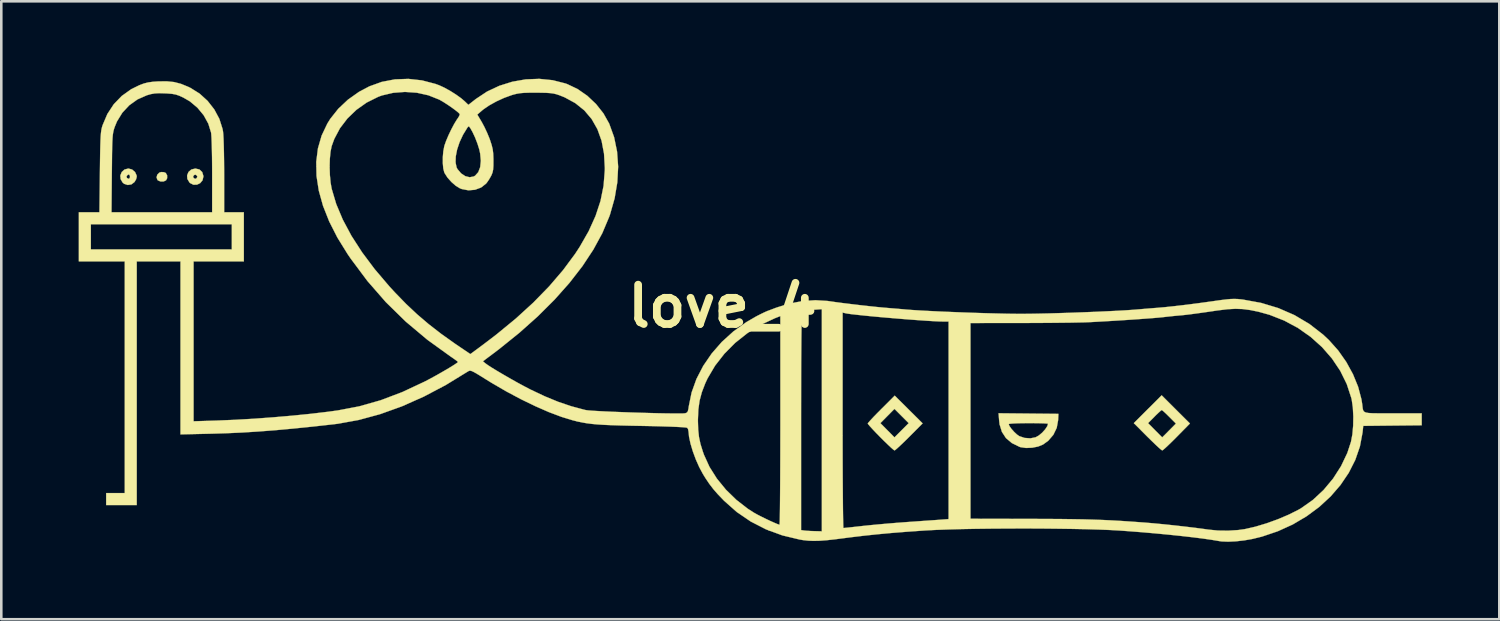
<source format=kicad_pcb>
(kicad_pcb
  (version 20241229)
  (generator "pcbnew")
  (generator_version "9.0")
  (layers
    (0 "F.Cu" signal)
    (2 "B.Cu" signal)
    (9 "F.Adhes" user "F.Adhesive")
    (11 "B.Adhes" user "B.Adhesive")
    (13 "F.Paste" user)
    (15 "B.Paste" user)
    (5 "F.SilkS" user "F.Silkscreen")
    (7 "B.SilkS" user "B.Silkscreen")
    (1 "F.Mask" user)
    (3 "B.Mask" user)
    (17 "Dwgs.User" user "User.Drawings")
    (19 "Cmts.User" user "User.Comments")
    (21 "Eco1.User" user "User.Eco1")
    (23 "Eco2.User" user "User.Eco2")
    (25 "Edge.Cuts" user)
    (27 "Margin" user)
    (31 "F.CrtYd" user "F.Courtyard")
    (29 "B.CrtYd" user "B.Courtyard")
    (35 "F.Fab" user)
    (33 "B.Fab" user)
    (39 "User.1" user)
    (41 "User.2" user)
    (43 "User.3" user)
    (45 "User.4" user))
  (footprint "love_4"
    (layer "F.Cu")
    (at 24.939 8.814)
    (property "Reference" "love_4" (at 0 0 0) (layer "F.SilkS") (effects (font (size 1.524 1.524) (thickness 0.3))))
    (attr through_hole)
    (fp_poly (pts (xy -21.636 -5.193) (xy -21.566 -5.163) (xy -21.514 -5.072) (xy -21.514 -4.958) (xy -21.556 -4.877) (xy -21.651 -4.833) (xy -21.771 -4.833) (xy -21.872 -4.876) (xy -21.888 -4.892) (xy -21.924 -4.991) (xy -21.896 -5.095) (xy -21.819 -5.175) (xy -21.745 -5.199) (xy -21.636 -5.193)) (stroke (width 0.01) (type solid)) (fill yes) (layer "F.SilkS"))
    (fp_poly (pts (xy -20.262 -5.298) (xy -20.155 -5.198) (xy -20.109 -5.047) (xy -20.108 -5.024) (xy -20.143 -4.876) (xy -20.234 -4.768) (xy -20.358 -4.709) (xy -20.496 -4.707) (xy -20.626 -4.772) (xy -20.651 -4.797) (xy -20.731 -4.933) (xy -20.736 -5.017) (xy -20.51 -5.017) (xy -20.484 -4.968) (xy -20.427 -4.933) (xy -20.377 -4.958) (xy -20.342 -5.016) (xy -20.367 -5.065) (xy -20.425 -5.1) (xy -20.474 -5.075) (xy -20.51 -5.017) (xy -20.736 -5.017) (xy -20.739 -5.075) (xy -20.685 -5.203) (xy -20.577 -5.296) (xy -20.425 -5.334) (xy -20.418 -5.334) (xy -20.262 -5.298)) (stroke (width 0.01) (type solid)) (fill yes) (layer "F.SilkS"))
    (fp_poly (pts (xy -22.87 -5.296) (xy -22.756 -5.198) (xy -22.695 -5.065) (xy -22.691 -5.016) (xy -22.716 -4.917) (xy -22.778 -4.811) (xy -22.778 -4.811) (xy -22.897 -4.72) (xy -23.04 -4.697) (xy -23.18 -4.742) (xy -23.239 -4.792) (xy -23.317 -4.927) (xy -23.323 -5.021) (xy -23.092 -5.021) (xy -23.066 -4.967) (xy -23.006 -4.935) (xy -22.961 -4.966) (xy -22.954 -5.039) (xy -22.961 -5.061) (xy -22.994 -5.108) (xy -23.049 -5.081) (xy -23.052 -5.079) (xy -23.092 -5.021) (xy -23.323 -5.021) (xy -23.326 -5.069) (xy -23.273 -5.199) (xy -23.169 -5.294) (xy -23.023 -5.334) (xy -23.011 -5.334) (xy -22.87 -5.296)) (stroke (width 0.01) (type solid)) (fill yes) (layer "F.SilkS"))
    (fp_poly (pts (xy 7.757 4.539) (xy 7.234 5.064) (xy 7.062 5.234) (xy 6.908 5.381) (xy 6.784 5.496) (xy 6.7 5.568) (xy 6.668 5.588) (xy 6.625 5.559) (xy 6.534 5.48) (xy 6.406 5.359) (xy 6.251 5.209) (xy 6.128 5.086) (xy 5.962 4.917) (xy 5.82 4.767) (xy 5.711 4.648) (xy 5.646 4.57) (xy 5.63 4.545) (xy 5.641 4.53) (xy 6.12 4.53) (xy 6.393 4.805) (xy 6.666 5.081) (xy 7.217 4.53) (xy 6.941 4.254) (xy 6.666 3.978) (xy 6.393 4.254) (xy 6.12 4.53) (xy 5.641 4.53) (xy 5.659 4.504) (xy 5.738 4.415) (xy 5.858 4.286) (xy 6.01 4.13) (xy 6.153 3.986) (xy 6.676 3.464) (xy 7.757 4.539)) (stroke (width 0.01) (type solid)) (fill yes) (layer "F.SilkS"))
    (fp_poly (pts (xy 17.565 3.997) (xy 18.113 4.544) (xy 17.599 5.066) (xy 17.428 5.237) (xy 17.276 5.384) (xy 17.154 5.498) (xy 17.071 5.569) (xy 17.04 5.588) (xy 16.997 5.559) (xy 16.905 5.48) (xy 16.775 5.359) (xy 16.618 5.207) (xy 16.467 5.059) (xy 15.94 4.53) (xy 16.491 4.53) (xy 16.764 4.805) (xy 16.884 4.925) (xy 16.977 5.019) (xy 17.031 5.072) (xy 17.039 5.08) (xy 17.068 5.052) (xy 17.143 4.978) (xy 17.25 4.87) (xy 17.306 4.813) (xy 17.57 4.547) (xy 17.309 4.284) (xy 17.189 4.166) (xy 17.092 4.076) (xy 17.032 4.027) (xy 17.021 4.022) (xy 16.981 4.05) (xy 16.898 4.125) (xy 16.786 4.232) (xy 16.743 4.276) (xy 16.491 4.53) (xy 15.94 4.53) (xy 15.939 4.529) (xy 16.478 3.99) (xy 17.018 3.451) (xy 17.565 3.997)) (stroke (width 0.01) (type solid)) (fill yes) (layer "F.SilkS"))
    (fp_poly (pts (xy 13.018 4.17) (xy 13.006 4.416) (xy 12.952 4.713) (xy 12.822 4.982) (xy 12.624 5.212) (xy 12.423 5.358) (xy 12.233 5.436) (xy 12.001 5.482) (xy 11.764 5.492) (xy 11.556 5.463) (xy 11.51 5.448) (xy 11.212 5.301) (xy 10.985 5.109) (xy 10.829 4.87) (xy 10.74 4.582) (xy 10.737 4.566) (xy 11.091 4.566) (xy 11.121 4.642) (xy 11.197 4.75) (xy 11.3 4.866) (xy 11.411 4.97) (xy 11.503 5.034) (xy 11.706 5.102) (xy 11.932 5.118) (xy 12.136 5.077) (xy 12.26 5.007) (xy 12.39 4.898) (xy 12.505 4.77) (xy 12.587 4.646) (xy 12.615 4.553) (xy 12.575 4.546) (xy 12.464 4.539) (xy 12.294 4.534) (xy 12.081 4.531) (xy 11.853 4.53) (xy 11.61 4.532) (xy 11.399 4.537) (xy 11.233 4.545) (xy 11.126 4.555) (xy 11.091 4.566) (xy 10.737 4.566) (xy 10.721 4.434) (xy 10.699 4.147) (xy 13.018 4.17)) (stroke (width 0.01) (type solid)) (fill yes) (layer "F.SilkS"))
    (fp_poly (pts (xy -6.579 -8.757) (xy -6.086 -8.632) (xy -6.011 -8.605) (xy -5.612 -8.415) (xy -5.236 -8.154) (xy -4.898 -7.835) (xy -4.611 -7.473) (xy -4.389 -7.079) (xy -4.384 -7.068) (xy -4.196 -6.548) (xy -4.082 -5.992) (xy -4.04 -5.408) (xy -4.072 -4.802) (xy -4.176 -4.183) (xy -4.354 -3.556) (xy -4.388 -3.461) (xy -4.653 -2.832) (xy -5 -2.195) (xy -5.425 -1.551) (xy -5.927 -0.904) (xy -6.503 -0.256) (xy -7.15 0.389) (xy -7.866 1.028) (xy -8.649 1.659) (xy -8.863 1.821) (xy -9.28 2.134) (xy -9.185 2.211) (xy -9.081 2.286) (xy -8.916 2.392) (xy -8.705 2.52) (xy -8.462 2.663) (xy -8.203 2.812) (xy -7.942 2.959) (xy -7.693 3.094) (xy -7.47 3.211) (xy -7.426 3.233) (xy -6.873 3.494) (xy -6.36 3.705) (xy -5.865 3.873) (xy -5.366 4.007) (xy -5.292 4.024) (xy -5.202 4.036) (xy -5.041 4.049) (xy -4.819 4.062) (xy -4.548 4.076) (xy -4.238 4.09) (xy -3.9 4.103) (xy -3.546 4.116) (xy -3.187 4.127) (xy -2.833 4.137) (xy -2.496 4.146) (xy -2.186 4.152) (xy -1.915 4.155) (xy -1.694 4.156) (xy -1.534 4.154) (xy -1.446 4.148) (xy -1.439 4.146) (xy -1.378 4.122) (xy -1.34 4.07) (xy -1.316 3.969) (xy -1.303 3.877) (xy -1.194 3.342) (xy -1.006 2.818) (xy -0.744 2.312) (xy -0.415 1.832) (xy -0.024 1.384) (xy 0.425 0.977) (xy 0.924 0.618) (xy 1.314 0.392) (xy 1.478 0.308) (xy 1.629 0.235) (xy 1.74 0.186) (xy 1.757 0.18) (xy 1.871 0.138) (xy 2.02 0.081) (xy 2.107 0.049) (xy 2.599 -0.104) (xy 3.105 -0.199) (xy 3.603 -0.233) (xy 4.073 -0.204) (xy 4.13 -0.196) (xy 4.351 -0.164) (xy 4.635 -0.126) (xy 4.96 -0.086) (xy 5.303 -0.045) (xy 5.645 -0.007) (xy 5.962 0.027) (xy 6.233 0.053) (xy 6.35 0.063) (xy 6.533 0.078) (xy 6.764 0.097) (xy 7.007 0.118) (xy 7.133 0.13) (xy 7.365 0.147) (xy 7.668 0.166) (xy 8.029 0.185) (xy 8.435 0.205) (xy 8.871 0.223) (xy 9.325 0.241) (xy 9.783 0.257) (xy 10.231 0.271) (xy 10.656 0.282) (xy 11.046 0.291) (xy 11.385 0.295) (xy 11.578 0.296) (xy 11.877 0.294) (xy 12.234 0.288) (xy 12.637 0.279) (xy 13.072 0.266) (xy 13.525 0.252) (xy 13.983 0.235) (xy 14.433 0.217) (xy 14.861 0.198) (xy 15.254 0.179) (xy 15.598 0.16) (xy 15.879 0.141) (xy 16.023 0.13) (xy 16.259 0.11) (xy 16.508 0.089) (xy 16.732 0.071) (xy 16.828 0.064) (xy 17.15 0.036) (xy 17.541 -0.006) (xy 17.987 -0.058) (xy 18.474 -0.121) (xy 18.988 -0.192) (xy 19.024 -0.197) (xy 19.305 -0.237) (xy 19.521 -0.263) (xy 19.69 -0.279) (xy 19.831 -0.283) (xy 19.961 -0.279) (xy 20.101 -0.265) (xy 20.167 -0.257) (xy 20.873 -0.128) (xy 21.539 0.073) (xy 22.162 0.344) (xy 22.739 0.686) (xy 23.267 1.095) (xy 23.498 1.311) (xy 23.857 1.714) (xy 24.17 2.159) (xy 24.43 2.634) (xy 24.629 3.12) (xy 24.757 3.603) (xy 24.787 3.789) (xy 24.799 3.896) (xy 24.81 3.98) (xy 24.829 4.043) (xy 24.866 4.089) (xy 24.931 4.119) (xy 25.034 4.137) (xy 25.183 4.146) (xy 25.39 4.149) (xy 25.662 4.149) (xy 25.974 4.149) (xy 27.093 4.149) (xy 27.093 4.613) (xy 25.961 4.624) (xy 24.828 4.636) (xy 24.8 4.898) (xy 24.699 5.434) (xy 24.519 5.955) (xy 24.266 6.454) (xy 23.946 6.927) (xy 23.564 7.369) (xy 23.124 7.775) (xy 22.633 8.138) (xy 22.097 8.455) (xy 21.519 8.718) (xy 20.907 8.925) (xy 20.533 9.017) (xy 20.213 9.073) (xy 19.893 9.109) (xy 19.595 9.123) (xy 19.343 9.113) (xy 19.241 9.098) (xy 18.967 9.052) (xy 18.621 9.002) (xy 18.214 8.951) (xy 17.757 8.899) (xy 17.264 8.848) (xy 16.745 8.799) (xy 16.213 8.753) (xy 15.679 8.712) (xy 15.388 8.691) (xy 15.016 8.67) (xy 14.572 8.653) (xy 14.067 8.638) (xy 13.512 8.627) (xy 12.921 8.619) (xy 12.304 8.613) (xy 11.674 8.611) (xy 11.043 8.613) (xy 10.422 8.617) (xy 9.824 8.624) (xy 9.259 8.635) (xy 8.741 8.649) (xy 8.281 8.666) (xy 7.89 8.686) (xy 7.811 8.691) (xy 7.143 8.738) (xy 6.543 8.786) (xy 5.995 8.837) (xy 5.482 8.891) (xy 4.988 8.95) (xy 4.741 8.982) (xy 4.351 9.032) (xy 4.029 9.067) (xy 3.761 9.087) (xy 3.531 9.092) (xy 3.325 9.084) (xy 3.128 9.062) (xy 2.995 9.04) (xy 2.323 8.879) (xy 1.69 8.646) (xy 1.099 8.343) (xy 0.555 7.972) (xy 0.063 7.536) (xy 0.055 7.527) (xy -0.173 7.29) (xy -0.354 7.083) (xy -0.51 6.879) (xy -0.66 6.656) (xy -0.755 6.501) (xy -0.898 6.235) (xy -1.031 5.936) (xy -1.145 5.627) (xy -1.235 5.328) (xy -1.293 5.059) (xy -1.312 4.863) (xy -1.331 4.763) (xy -1.365 4.71) (xy -1.42 4.699) (xy -1.553 4.687) (xy -1.756 4.676) (xy -2.023 4.665) (xy -2.346 4.655) (xy -2.719 4.645) (xy -3.069 4.638) (xy -3.555 4.629) (xy -3.966 4.619) (xy -4.313 4.608) (xy -4.605 4.595) (xy -4.852 4.579) (xy -5.065 4.559) (xy -5.253 4.535) (xy -5.426 4.505) (xy -5.595 4.47) (xy -5.769 4.427) (xy -5.797 4.42) (xy -5.87 4.398) (xy -0.949 4.398) (xy -0.949 4.445) (xy -0.939 4.779) (xy -0.908 5.066) (xy -0.85 5.339) (xy -0.758 5.634) (xy -0.714 5.757) (xy -0.502 6.223) (xy -0.215 6.678) (xy 0.136 7.108) (xy 0.54 7.502) (xy 0.987 7.849) (xy 1.228 8.003) (xy 1.348 8.07) (xy 1.506 8.151) (xy 1.683 8.238) (xy 1.86 8.322) (xy 2.02 8.393) (xy 2.142 8.444) (xy 2.209 8.466) (xy 2.212 8.466) (xy 2.216 8.425) (xy 2.221 8.305) (xy 2.225 8.111) (xy 2.229 7.851) (xy 2.232 7.529) (xy 2.235 7.151) (xy 2.238 6.724) (xy 2.24 6.252) (xy 2.242 5.742) (xy 2.243 5.2) (xy 2.244 4.631) (xy 2.244 4.445) (xy 3.048 4.445) (xy 3.048 8.673) (xy 3.164 8.69) (xy 3.268 8.7) (xy 3.42 8.709) (xy 3.567 8.714) (xy 3.852 8.721) (xy 3.852 4.419) (xy 4.657 4.419) (xy 4.657 5.006) (xy 4.658 5.568) (xy 4.659 6.1) (xy 4.661 6.596) (xy 4.664 7.05) (xy 4.667 7.457) (xy 4.67 7.811) (xy 4.674 8.106) (xy 4.678 8.337) (xy 4.682 8.497) (xy 4.686 8.582) (xy 4.688 8.594) (xy 4.739 8.589) (xy 4.859 8.577) (xy 5.035 8.558) (xy 5.251 8.534) (xy 5.44 8.513) (xy 5.708 8.485) (xy 6.034 8.454) (xy 6.392 8.422) (xy 6.757 8.392) (xy 7.101 8.366) (xy 7.154 8.362) (xy 7.457 8.341) (xy 7.751 8.32) (xy 8.018 8.301) (xy 8.242 8.286) (xy 8.407 8.274) (xy 8.456 8.27) (xy 8.763 8.248) (xy 8.763 0.652) (xy 9.61 0.652) (xy 9.61 8.234) (xy 11.949 8.239) (xy 12.547 8.241) (xy 13.074 8.244) (xy 13.543 8.25) (xy 13.965 8.257) (xy 14.355 8.268) (xy 14.725 8.281) (xy 15.088 8.298) (xy 15.457 8.319) (xy 15.845 8.345) (xy 16.265 8.375) (xy 16.362 8.382) (xy 16.703 8.411) (xy 17.095 8.448) (xy 17.515 8.492) (xy 17.937 8.54) (xy 18.336 8.588) (xy 18.689 8.635) (xy 18.838 8.656) (xy 19.2 8.691) (xy 19.594 8.696) (xy 19.979 8.672) (xy 20.244 8.635) (xy 20.652 8.541) (xy 21.09 8.409) (xy 21.532 8.249) (xy 21.951 8.07) (xy 22.321 7.884) (xy 22.423 7.825) (xy 22.876 7.505) (xy 23.291 7.119) (xy 23.658 6.679) (xy 23.967 6.197) (xy 24.21 5.687) (xy 24.353 5.252) (xy 24.407 4.965) (xy 24.437 4.628) (xy 24.443 4.272) (xy 24.425 3.928) (xy 24.382 3.625) (xy 24.366 3.556) (xy 24.189 3.016) (xy 23.937 2.504) (xy 23.615 2.025) (xy 23.231 1.584) (xy 22.791 1.189) (xy 22.301 0.844) (xy 21.768 0.557) (xy 21.198 0.333) (xy 20.77 0.214) (xy 20.447 0.148) (xy 20.159 0.11) (xy 19.877 0.1) (xy 19.573 0.116) (xy 19.22 0.159) (xy 19.174 0.165) (xy 18.814 0.218) (xy 18.524 0.259) (xy 18.291 0.291) (xy 18.101 0.316) (xy 17.942 0.335) (xy 17.8 0.35) (xy 17.674 0.361) (xy 17.47 0.38) (xy 17.237 0.405) (xy 17.06 0.425) (xy 16.91 0.44) (xy 16.689 0.459) (xy 16.411 0.48) (xy 16.087 0.504) (xy 15.733 0.528) (xy 15.361 0.552) (xy 14.985 0.575) (xy 14.619 0.596) (xy 14.274 0.615) (xy 14.203 0.618) (xy 14.036 0.625) (xy 13.796 0.63) (xy 13.495 0.636) (xy 13.145 0.64) (xy 12.758 0.644) (xy 12.345 0.647) (xy 11.918 0.649) (xy 11.61 0.65) (xy 9.61 0.652) (xy 8.763 0.652) (xy 8.763 0.593) (xy 8.541 0.593) (xy 8.382 0.589) (xy 8.159 0.578) (xy 7.885 0.561) (xy 7.569 0.539) (xy 7.224 0.514) (xy 6.863 0.485) (xy 6.495 0.454) (xy 6.134 0.423) (xy 5.79 0.391) (xy 5.476 0.36) (xy 5.203 0.331) (xy 4.983 0.306) (xy 4.827 0.284) (xy 4.763 0.271) (xy 4.657 0.245) (xy 4.657 4.419) (xy 3.852 4.419) (xy 3.852 0.114) (xy 3.492 0.14) (xy 3.322 0.154) (xy 3.185 0.171) (xy 3.102 0.186) (xy 3.09 0.191) (xy 3.082 0.238) (xy 3.075 0.368) (xy 3.069 0.579) (xy 3.064 0.87) (xy 3.059 1.239) (xy 3.056 1.684) (xy 3.052 2.205) (xy 3.05 2.798) (xy 3.049 3.463) (xy 3.048 4.198) (xy 3.048 4.445) (xy 2.244 4.445) (xy 2.244 4.424) (xy 2.244 0.382) (xy 2.031 0.466) (xy 1.483 0.722) (xy 0.969 1.043) (xy 0.496 1.418) (xy 0.076 1.841) (xy -0.284 2.302) (xy -0.574 2.793) (xy -0.664 2.985) (xy -0.797 3.331) (xy -0.885 3.661) (xy -0.933 4.006) (xy -0.949 4.398) (xy -5.87 4.398) (xy -6.237 4.286) (xy -6.728 4.101) (xy -7.256 3.87) (xy -7.81 3.601) (xy -8.378 3.298) (xy -8.946 2.967) (xy -9.144 2.845) (xy -9.367 2.706) (xy -9.531 2.606) (xy -9.646 2.542) (xy -9.726 2.507) (xy -9.78 2.497) (xy -9.822 2.506) (xy -9.862 2.53) (xy -9.864 2.53) (xy -10.716 3.052) (xy -11.57 3.502) (xy -12.421 3.88) (xy -13.263 4.182) (xy -14.092 4.407) (xy -14.903 4.554) (xy -15.05 4.572) (xy -15.877 4.664) (xy -16.634 4.741) (xy -17.334 4.805) (xy -17.989 4.855) (xy -18.613 4.894) (xy -19.218 4.921) (xy -19.78 4.938) (xy -20.997 4.966) (xy -20.997 1.615) (xy -20.997 -1.736) (xy -22.691 -1.736) (xy -22.691 7.705) (xy -23.876 7.705) (xy -23.876 7.239) (xy -23.156 7.239) (xy -23.156 -1.736) (xy -24.934 -1.736) (xy -24.934 -3.175) (xy -24.469 -3.175) (xy -24.469 -2.201) (xy -19.008 -2.201) (xy -19.008 -3.175) (xy -24.469 -3.175) (xy -24.934 -3.175) (xy -24.934 -3.641) (xy -24.137 -3.641) (xy -23.669 -3.641) (xy -19.77 -3.641) (xy -19.77 -5.074) (xy -19.771 -5.425) (xy -19.774 -5.758) (xy -19.78 -6.061) (xy -19.787 -6.323) (xy -19.795 -6.531) (xy -19.805 -6.674) (xy -19.811 -6.726) (xy -19.918 -7.072) (xy -20.098 -7.399) (xy -20.341 -7.692) (xy -20.634 -7.938) (xy -20.892 -8.087) (xy -21.047 -8.157) (xy -21.18 -8.202) (xy -21.323 -8.228) (xy -21.507 -8.243) (xy -21.602 -8.247) (xy -21.823 -8.253) (xy -21.993 -8.244) (xy -22.143 -8.218) (xy -22.3 -8.173) (xy -22.662 -8.013) (xy -22.982 -7.784) (xy -23.25 -7.496) (xy -23.457 -7.159) (xy -23.538 -6.963) (xy -23.566 -6.883) (xy -23.588 -6.807) (xy -23.605 -6.727) (xy -23.619 -6.632) (xy -23.629 -6.512) (xy -23.637 -6.357) (xy -23.643 -6.158) (xy -23.648 -5.905) (xy -23.651 -5.588) (xy -23.655 -5.197) (xy -23.656 -5.154) (xy -23.669 -3.641) (xy -24.137 -3.641) (xy -24.119 -5.196) (xy -24.114 -5.606) (xy -24.109 -5.94) (xy -24.103 -6.209) (xy -24.096 -6.422) (xy -24.088 -6.588) (xy -24.077 -6.717) (xy -24.064 -6.818) (xy -24.047 -6.902) (xy -24.026 -6.977) (xy -24.014 -7.014) (xy -23.83 -7.447) (xy -23.581 -7.826) (xy -23.271 -8.147) (xy -22.904 -8.409) (xy -22.592 -8.562) (xy -22.415 -8.629) (xy -22.248 -8.671) (xy -22.058 -8.697) (xy -21.865 -8.71) (xy -21.53 -8.714) (xy -21.245 -8.685) (xy -20.979 -8.616) (xy -20.7 -8.502) (xy -20.607 -8.457) (xy -20.255 -8.237) (xy -19.945 -7.955) (xy -19.687 -7.625) (xy -19.491 -7.26) (xy -19.368 -6.873) (xy -19.349 -6.773) (xy -19.338 -6.664) (xy -19.328 -6.483) (xy -19.32 -6.242) (xy -19.313 -5.954) (xy -19.308 -5.63) (xy -19.305 -5.284) (xy -19.304 -5.069) (xy -19.304 -3.641) (xy -18.542 -3.641) (xy -18.542 -1.736) (xy -20.489 -1.736) (xy -20.489 1.361) (xy -20.489 4.458) (xy -19.59 4.43) (xy -18.891 4.401) (xy -18.155 4.359) (xy -17.405 4.304) (xy -16.661 4.24) (xy -15.945 4.168) (xy -15.279 4.089) (xy -14.901 4.037) (xy -14.072 3.879) (xy -13.24 3.643) (xy -12.4 3.325) (xy -11.549 2.926) (xy -11.515 2.909) (xy -11.304 2.798) (xy -11.083 2.677) (xy -10.865 2.553) (xy -10.662 2.435) (xy -10.486 2.329) (xy -10.35 2.242) (xy -10.267 2.183) (xy -10.246 2.161) (xy -10.279 2.128) (xy -10.367 2.062) (xy -10.491 1.975) (xy -10.532 1.948) (xy -11.432 1.299) (xy -12.268 0.597) (xy -13.041 -0.16) (xy -13.754 -0.977) (xy -14.409 -1.855) (xy -14.526 -2.027) (xy -14.918 -2.661) (xy -15.234 -3.283) (xy -15.474 -3.889) (xy -15.638 -4.478) (xy -15.726 -5.047) (xy -15.733 -5.4) (xy -15.218 -5.4) (xy -15.208 -5.084) (xy -15.18 -4.786) (xy -15.139 -4.552) (xy -14.964 -3.963) (xy -14.708 -3.354) (xy -14.374 -2.729) (xy -13.961 -2.089) (xy -13.472 -1.436) (xy -12.908 -0.773) (xy -12.688 -0.534) (xy -12.257 -0.09) (xy -11.826 0.315) (xy -11.379 0.696) (xy -10.894 1.072) (xy -10.354 1.456) (xy -10.206 1.556) (xy -9.766 1.854) (xy -9.444 1.617) (xy -9.267 1.485) (xy -9.056 1.325) (xy -8.845 1.164) (xy -8.742 1.084) (xy -8.003 0.477) (xy -7.324 -0.143) (xy -6.711 -0.772) (xy -6.169 -1.405) (xy -5.703 -2.034) (xy -5.527 -2.304) (xy -5.181 -2.909) (xy -4.915 -3.498) (xy -4.723 -4.08) (xy -4.605 -4.663) (xy -4.558 -5.256) (xy -4.556 -5.355) (xy -4.587 -5.909) (xy -4.682 -6.41) (xy -4.842 -6.857) (xy -5.065 -7.25) (xy -5.351 -7.588) (xy -5.701 -7.869) (xy -6.112 -8.093) (xy -6.31 -8.172) (xy -6.429 -8.212) (xy -6.544 -8.24) (xy -6.674 -8.257) (xy -6.838 -8.268) (xy -7.055 -8.272) (xy -7.218 -8.274) (xy -7.48 -8.273) (xy -7.678 -8.267) (xy -7.833 -8.254) (xy -7.966 -8.232) (xy -8.098 -8.199) (xy -8.17 -8.177) (xy -8.463 -8.07) (xy -8.759 -7.934) (xy -9.033 -7.782) (xy -9.257 -7.629) (xy -9.31 -7.586) (xy -9.496 -7.425) (xy -9.319 -7.127) (xy -9.22 -6.941) (xy -9.115 -6.717) (xy -9.024 -6.496) (xy -9.008 -6.452) (xy -8.942 -6.251) (xy -8.901 -6.084) (xy -8.88 -5.915) (xy -8.872 -5.706) (xy -8.872 -5.652) (xy -8.873 -5.444) (xy -8.883 -5.297) (xy -8.905 -5.186) (xy -8.944 -5.086) (xy -8.968 -5.038) (xy -9.046 -4.903) (xy -9.129 -4.784) (xy -9.159 -4.748) (xy -9.35 -4.599) (xy -9.584 -4.512) (xy -9.839 -4.49) (xy -10.095 -4.539) (xy -10.167 -4.566) (xy -10.329 -4.664) (xy -10.5 -4.813) (xy -10.653 -4.985) (xy -10.762 -5.155) (xy -10.777 -5.187) (xy -10.815 -5.337) (xy -10.833 -5.541) (xy -10.833 -5.567) (xy -10.339 -5.567) (xy -10.298 -5.376) (xy -10.265 -5.313) (xy -10.123 -5.146) (xy -9.961 -5.039) (xy -9.794 -4.997) (xy -9.636 -5.027) (xy -9.582 -5.057) (xy -9.46 -5.193) (xy -9.385 -5.389) (xy -9.36 -5.634) (xy -9.386 -5.916) (xy -9.421 -6.077) (xy -9.49 -6.297) (xy -9.581 -6.533) (xy -9.682 -6.749) (xy -9.764 -6.894) (xy -9.813 -6.961) (xy -9.848 -6.96) (xy -9.883 -6.915) (xy -10.051 -6.641) (xy -10.184 -6.355) (xy -10.279 -6.071) (xy -10.331 -5.804) (xy -10.339 -5.567) (xy -10.833 -5.567) (xy -10.833 -5.772) (xy -10.814 -6.001) (xy -10.776 -6.2) (xy -10.769 -6.226) (xy -10.705 -6.406) (xy -10.613 -6.623) (xy -10.505 -6.849) (xy -10.394 -7.059) (xy -10.293 -7.225) (xy -10.26 -7.271) (xy -10.2 -7.366) (xy -10.177 -7.435) (xy -10.179 -7.448) (xy -10.237 -7.507) (xy -10.349 -7.597) (xy -10.495 -7.704) (xy -10.658 -7.815) (xy -10.819 -7.918) (xy -10.958 -7.998) (xy -10.979 -8.008) (xy -11.391 -8.172) (xy -11.838 -8.271) (xy -12.299 -8.303) (xy -12.757 -8.268) (xy -13.192 -8.166) (xy -13.339 -8.112) (xy -13.781 -7.892) (xy -14.181 -7.609) (xy -14.529 -7.274) (xy -14.818 -6.895) (xy -15.038 -6.481) (xy -15.139 -6.202) (xy -15.184 -5.984) (xy -15.21 -5.708) (xy -15.218 -5.4) (xy -15.733 -5.4) (xy -15.737 -5.594) (xy -15.671 -6.116) (xy -15.528 -6.611) (xy -15.307 -7.076) (xy -15.193 -7.259) (xy -14.883 -7.65) (xy -14.508 -8.003) (xy -14.08 -8.306) (xy -13.68 -8.518) (xy -13.197 -8.692) (xy -12.69 -8.789) (xy -12.168 -8.808) (xy -11.642 -8.75) (xy -11.121 -8.614) (xy -10.974 -8.56) (xy -10.778 -8.47) (xy -10.553 -8.346) (xy -10.326 -8.203) (xy -10.126 -8.06) (xy -9.991 -7.945) (xy -9.842 -7.802) (xy -9.551 -8.03) (xy -9.118 -8.317) (xy -8.643 -8.54) (xy -8.139 -8.698) (xy -7.619 -8.789) (xy -7.095 -8.809) (xy -6.579 -8.757)) (stroke (width 0.01) (type solid)) (fill yes) (layer "F.SilkS")))
  (gr_rect
    (start -3 -3)
    (end 55.038 20.942)
    (stroke (width 0.1) (type default))
    (fill no)
    (layer "Edge.Cuts")))
</source>
